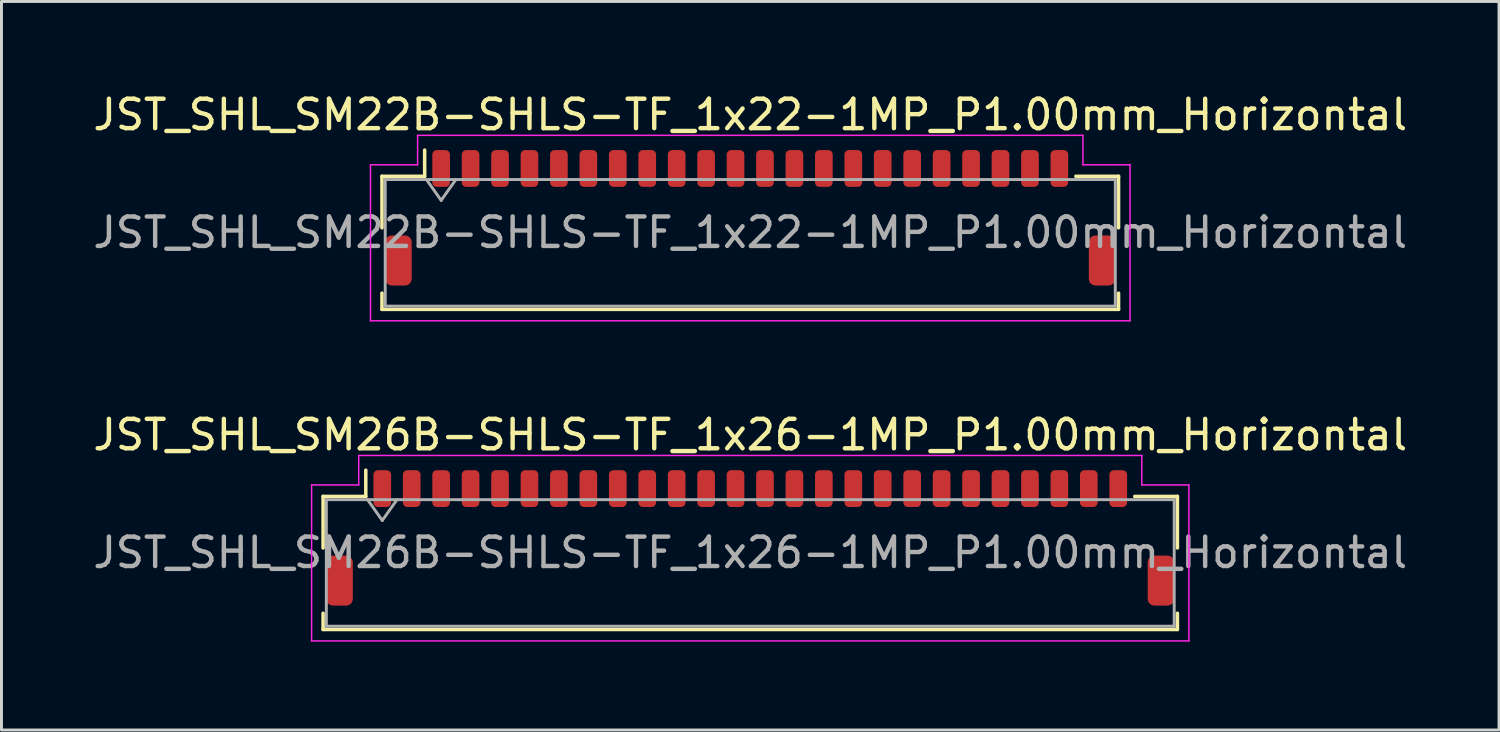
<source format=kicad_pcb>
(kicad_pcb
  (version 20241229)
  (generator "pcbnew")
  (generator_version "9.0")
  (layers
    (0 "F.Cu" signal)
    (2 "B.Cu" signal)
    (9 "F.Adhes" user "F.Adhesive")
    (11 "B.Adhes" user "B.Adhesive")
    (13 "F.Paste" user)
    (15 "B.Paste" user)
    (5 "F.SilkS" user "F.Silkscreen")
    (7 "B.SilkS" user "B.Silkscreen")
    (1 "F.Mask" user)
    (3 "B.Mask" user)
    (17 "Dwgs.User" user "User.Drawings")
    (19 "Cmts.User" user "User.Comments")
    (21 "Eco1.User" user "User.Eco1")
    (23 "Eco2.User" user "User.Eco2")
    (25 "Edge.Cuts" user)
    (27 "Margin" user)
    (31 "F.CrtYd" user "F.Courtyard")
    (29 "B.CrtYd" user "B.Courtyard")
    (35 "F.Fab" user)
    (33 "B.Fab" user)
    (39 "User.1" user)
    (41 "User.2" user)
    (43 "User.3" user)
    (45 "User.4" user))
  (footprint "JST_SHL_SM26B-SHLS-TF_1x26-1MP_P1.00mm_Horizontal"
    (layer "F.Cu")
    (at 22.435 15.222)
    (property "Reference" "JST_SHL_SM26B-SHLS-TF_1x26-1MP_P1.00mm_Horizontal" (at 0 -3.5 0) (layer "F.SilkS") (effects (font (size 1 1) (thickness 0.15))))
    (attr smd)
    (fp_line (start -14.51 -1.41) (end -13.06 -1.41) (stroke (width 0.12) (type solid)) (layer "F.SilkS"))
    (fp_line (start -14.51 0.34) (end -14.51 -1.41) (stroke (width 0.12) (type solid)) (layer "F.SilkS"))
    (fp_line (start -14.51 2.56) (end -14.51 3.11) (stroke (width 0.12) (type solid)) (layer "F.SilkS"))
    (fp_line (start -14.51 3.11) (end 14.51 3.11) (stroke (width 0.12) (type solid)) (layer "F.SilkS"))
    (fp_line (start -13.06 -1.41) (end -13.06 -2.3) (stroke (width 0.12) (type solid)) (layer "F.SilkS"))
    (fp_line (start 14.51 -1.41) (end 13.06 -1.41) (stroke (width 0.12) (type solid)) (layer "F.SilkS"))
    (fp_line (start 14.51 0.34) (end 14.51 -1.41) (stroke (width 0.12) (type solid)) (layer "F.SilkS"))
    (fp_line (start 14.51 3.11) (end 14.51 2.56) (stroke (width 0.12) (type solid)) (layer "F.SilkS"))
    (fp_line (start -14.9 -1.8) (end -13.3 -1.8) (stroke (width 0.05) (type solid)) (layer "F.CrtYd"))
    (fp_line (start -14.9 3.5) (end -14.9 -1.8) (stroke (width 0.05) (type solid)) (layer "F.CrtYd"))
    (fp_line (start -13.3 -2.8) (end 13.3 -2.8) (stroke (width 0.05) (type solid)) (layer "F.CrtYd"))
    (fp_line (start -13.3 -1.8) (end -13.3 -2.8) (stroke (width 0.05) (type solid)) (layer "F.CrtYd"))
    (fp_line (start 13.3 -2.8) (end 13.3 -1.8) (stroke (width 0.05) (type solid)) (layer "F.CrtYd"))
    (fp_line (start 13.3 -1.8) (end 14.9 -1.8) (stroke (width 0.05) (type solid)) (layer "F.CrtYd"))
    (fp_line (start 14.9 -1.8) (end 14.9 3.5) (stroke (width 0.05) (type solid)) (layer "F.CrtYd"))
    (fp_line (start 14.9 3.5) (end -14.9 3.5) (stroke (width 0.05) (type solid)) (layer "F.CrtYd"))
    (fp_line (start -14.4 -1.3) (end -14.4 3) (stroke (width 0.1) (type solid)) (layer "F.Fab"))
    (fp_line (start -14.4 -1.3) (end 14.4 -1.3) (stroke (width 0.1) (type solid)) (layer "F.Fab"))
    (fp_line (start -14.4 3) (end 14.4 3) (stroke (width 0.1) (type solid)) (layer "F.Fab"))
    (fp_line (start -13 -1.3) (end -12.5 -0.593) (stroke (width 0.1) (type solid)) (layer "F.Fab"))
    (fp_line (start -12.5 -0.593) (end -12 -1.3) (stroke (width 0.1) (type solid)) (layer "F.Fab"))
    (fp_line (start 14.4 -1.3) (end 14.4 3) (stroke (width 0.1) (type solid)) (layer "F.Fab"))
    (fp_text user "${REFERENCE}" (at 0 0.5 0) (layer "F.Fab") (effects (font (size 1 1) (thickness 0.15))))
    (pad "1" smd roundrect (at -12.5 -1.675) (size 0.6 1.25) (layers "F.Cu" "F.Mask" "F.Paste") (roundrect_rratio 0.25))
    (pad "2" smd roundrect (at -11.5 -1.675) (size 0.6 1.25) (layers "F.Cu" "F.Mask" "F.Paste") (roundrect_rratio 0.25))
    (pad "3" smd roundrect (at -10.5 -1.675) (size 0.6 1.25) (layers "F.Cu" "F.Mask" "F.Paste") (roundrect_rratio 0.25))
    (pad "4" smd roundrect (at -9.5 -1.675) (size 0.6 1.25) (layers "F.Cu" "F.Mask" "F.Paste") (roundrect_rratio 0.25))
    (pad "5" smd roundrect (at -8.5 -1.675) (size 0.6 1.25) (layers "F.Cu" "F.Mask" "F.Paste") (roundrect_rratio 0.25))
    (pad "6" smd roundrect (at -7.5 -1.675) (size 0.6 1.25) (layers "F.Cu" "F.Mask" "F.Paste") (roundrect_rratio 0.25))
    (pad "7" smd roundrect (at -6.5 -1.675) (size 0.6 1.25) (layers "F.Cu" "F.Mask" "F.Paste") (roundrect_rratio 0.25))
    (pad "8" smd roundrect (at -5.5 -1.675) (size 0.6 1.25) (layers "F.Cu" "F.Mask" "F.Paste") (roundrect_rratio 0.25))
    (pad "9" smd roundrect (at -4.5 -1.675) (size 0.6 1.25) (layers "F.Cu" "F.Mask" "F.Paste") (roundrect_rratio 0.25))
    (pad "10" smd roundrect (at -3.5 -1.675) (size 0.6 1.25) (layers "F.Cu" "F.Mask" "F.Paste") (roundrect_rratio 0.25))
    (pad "11" smd roundrect (at -2.5 -1.675) (size 0.6 1.25) (layers "F.Cu" "F.Mask" "F.Paste") (roundrect_rratio 0.25))
    (pad "12" smd roundrect (at -1.5 -1.675) (size 0.6 1.25) (layers "F.Cu" "F.Mask" "F.Paste") (roundrect_rratio 0.25))
    (pad "13" smd roundrect (at -0.5 -1.675) (size 0.6 1.25) (layers "F.Cu" "F.Mask" "F.Paste") (roundrect_rratio 0.25))
    (pad "14" smd roundrect (at 0.5 -1.675) (size 0.6 1.25) (layers "F.Cu" "F.Mask" "F.Paste") (roundrect_rratio 0.25))
    (pad "15" smd roundrect (at 1.5 -1.675) (size 0.6 1.25) (layers "F.Cu" "F.Mask" "F.Paste") (roundrect_rratio 0.25))
    (pad "16" smd roundrect (at 2.5 -1.675) (size 0.6 1.25) (layers "F.Cu" "F.Mask" "F.Paste") (roundrect_rratio 0.25))
    (pad "17" smd roundrect (at 3.5 -1.675) (size 0.6 1.25) (layers "F.Cu" "F.Mask" "F.Paste") (roundrect_rratio 0.25))
    (pad "18" smd roundrect (at 4.5 -1.675) (size 0.6 1.25) (layers "F.Cu" "F.Mask" "F.Paste") (roundrect_rratio 0.25))
    (pad "19" smd roundrect (at 5.5 -1.675) (size 0.6 1.25) (layers "F.Cu" "F.Mask" "F.Paste") (roundrect_rratio 0.25))
    (pad "20" smd roundrect (at 6.5 -1.675) (size 0.6 1.25) (layers "F.Cu" "F.Mask" "F.Paste") (roundrect_rratio 0.25))
    (pad "21" smd roundrect (at 7.5 -1.675) (size 0.6 1.25) (layers "F.Cu" "F.Mask" "F.Paste") (roundrect_rratio 0.25))
    (pad "22" smd roundrect (at 8.5 -1.675) (size 0.6 1.25) (layers "F.Cu" "F.Mask" "F.Paste") (roundrect_rratio 0.25))
    (pad "23" smd roundrect (at 9.5 -1.675) (size 0.6 1.25) (layers "F.Cu" "F.Mask" "F.Paste") (roundrect_rratio 0.25))
    (pad "24" smd roundrect (at 10.5 -1.675) (size 0.6 1.25) (layers "F.Cu" "F.Mask" "F.Paste") (roundrect_rratio 0.25))
    (pad "25" smd roundrect (at 11.5 -1.675) (size 0.6 1.25) (layers "F.Cu" "F.Mask" "F.Paste") (roundrect_rratio 0.25))
    (pad "26" smd roundrect (at 12.5 -1.675) (size 0.6 1.25) (layers "F.Cu" "F.Mask" "F.Paste") (roundrect_rratio 0.25))
    (pad "MP" smd roundrect (at -13.95 1.45) (size 0.9 1.7) (layers "F.Cu" "F.Mask" "F.Paste") (roundrect_rratio 0.25))
    (pad "MP" smd roundrect (at 13.95 1.45) (size 0.9 1.7) (layers "F.Cu" "F.Mask" "F.Paste") (roundrect_rratio 0.25)))
  (footprint "JST_SHL_SM22B-SHLS-TF_1x22-1MP_P1.00mm_Horizontal"
    (layer "F.Cu")
    (at 22.435 4.348)
    (property "Reference" "JST_SHL_SM22B-SHLS-TF_1x22-1MP_P1.00mm_Horizontal" (at 0 -3.5 0) (layer "F.SilkS") (effects (font (size 1 1) (thickness 0.15))))
    (attr smd)
    (fp_line (start -12.51 -1.41) (end -11.06 -1.41) (stroke (width 0.12) (type solid)) (layer "F.SilkS"))
    (fp_line (start -12.51 0.34) (end -12.51 -1.41) (stroke (width 0.12) (type solid)) (layer "F.SilkS"))
    (fp_line (start -12.51 2.56) (end -12.51 3.11) (stroke (width 0.12) (type solid)) (layer "F.SilkS"))
    (fp_line (start -12.51 3.11) (end 12.51 3.11) (stroke (width 0.12) (type solid)) (layer "F.SilkS"))
    (fp_line (start -11.06 -1.41) (end -11.06 -2.3) (stroke (width 0.12) (type solid)) (layer "F.SilkS"))
    (fp_line (start 12.51 -1.41) (end 11.06 -1.41) (stroke (width 0.12) (type solid)) (layer "F.SilkS"))
    (fp_line (start 12.51 0.34) (end 12.51 -1.41) (stroke (width 0.12) (type solid)) (layer "F.SilkS"))
    (fp_line (start 12.51 3.11) (end 12.51 2.56) (stroke (width 0.12) (type solid)) (layer "F.SilkS"))
    (fp_line (start -12.9 -1.8) (end -11.3 -1.8) (stroke (width 0.05) (type solid)) (layer "F.CrtYd"))
    (fp_line (start -12.9 3.5) (end -12.9 -1.8) (stroke (width 0.05) (type solid)) (layer "F.CrtYd"))
    (fp_line (start -11.3 -2.8) (end 11.3 -2.8) (stroke (width 0.05) (type solid)) (layer "F.CrtYd"))
    (fp_line (start -11.3 -1.8) (end -11.3 -2.8) (stroke (width 0.05) (type solid)) (layer "F.CrtYd"))
    (fp_line (start 11.3 -2.8) (end 11.3 -1.8) (stroke (width 0.05) (type solid)) (layer "F.CrtYd"))
    (fp_line (start 11.3 -1.8) (end 12.9 -1.8) (stroke (width 0.05) (type solid)) (layer "F.CrtYd"))
    (fp_line (start 12.9 -1.8) (end 12.9 3.5) (stroke (width 0.05) (type solid)) (layer "F.CrtYd"))
    (fp_line (start 12.9 3.5) (end -12.9 3.5) (stroke (width 0.05) (type solid)) (layer "F.CrtYd"))
    (fp_line (start -12.4 -1.3) (end -12.4 3) (stroke (width 0.1) (type solid)) (layer "F.Fab"))
    (fp_line (start -12.4 -1.3) (end 12.4 -1.3) (stroke (width 0.1) (type solid)) (layer "F.Fab"))
    (fp_line (start -12.4 3) (end 12.4 3) (stroke (width 0.1) (type solid)) (layer "F.Fab"))
    (fp_line (start -11 -1.3) (end -10.5 -0.593) (stroke (width 0.1) (type solid)) (layer "F.Fab"))
    (fp_line (start -10.5 -0.593) (end -10 -1.3) (stroke (width 0.1) (type solid)) (layer "F.Fab"))
    (fp_line (start 12.4 -1.3) (end 12.4 3) (stroke (width 0.1) (type solid)) (layer "F.Fab"))
    (fp_text user "${REFERENCE}" (at 0 0.5 0) (layer "F.Fab") (effects (font (size 1 1) (thickness 0.15))))
    (pad "1" smd roundrect (at -10.5 -1.675) (size 0.6 1.25) (layers "F.Cu" "F.Mask" "F.Paste") (roundrect_rratio 0.25))
    (pad "2" smd roundrect (at -9.5 -1.675) (size 0.6 1.25) (layers "F.Cu" "F.Mask" "F.Paste") (roundrect_rratio 0.25))
    (pad "3" smd roundrect (at -8.5 -1.675) (size 0.6 1.25) (layers "F.Cu" "F.Mask" "F.Paste") (roundrect_rratio 0.25))
    (pad "4" smd roundrect (at -7.5 -1.675) (size 0.6 1.25) (layers "F.Cu" "F.Mask" "F.Paste") (roundrect_rratio 0.25))
    (pad "5" smd roundrect (at -6.5 -1.675) (size 0.6 1.25) (layers "F.Cu" "F.Mask" "F.Paste") (roundrect_rratio 0.25))
    (pad "6" smd roundrect (at -5.5 -1.675) (size 0.6 1.25) (layers "F.Cu" "F.Mask" "F.Paste") (roundrect_rratio 0.25))
    (pad "7" smd roundrect (at -4.5 -1.675) (size 0.6 1.25) (layers "F.Cu" "F.Mask" "F.Paste") (roundrect_rratio 0.25))
    (pad "8" smd roundrect (at -3.5 -1.675) (size 0.6 1.25) (layers "F.Cu" "F.Mask" "F.Paste") (roundrect_rratio 0.25))
    (pad "9" smd roundrect (at -2.5 -1.675) (size 0.6 1.25) (layers "F.Cu" "F.Mask" "F.Paste") (roundrect_rratio 0.25))
    (pad "10" smd roundrect (at -1.5 -1.675) (size 0.6 1.25) (layers "F.Cu" "F.Mask" "F.Paste") (roundrect_rratio 0.25))
    (pad "11" smd roundrect (at -0.5 -1.675) (size 0.6 1.25) (layers "F.Cu" "F.Mask" "F.Paste") (roundrect_rratio 0.25))
    (pad "12" smd roundrect (at 0.5 -1.675) (size 0.6 1.25) (layers "F.Cu" "F.Mask" "F.Paste") (roundrect_rratio 0.25))
    (pad "13" smd roundrect (at 1.5 -1.675) (size 0.6 1.25) (layers "F.Cu" "F.Mask" "F.Paste") (roundrect_rratio 0.25))
    (pad "14" smd roundrect (at 2.5 -1.675) (size 0.6 1.25) (layers "F.Cu" "F.Mask" "F.Paste") (roundrect_rratio 0.25))
    (pad "15" smd roundrect (at 3.5 -1.675) (size 0.6 1.25) (layers "F.Cu" "F.Mask" "F.Paste") (roundrect_rratio 0.25))
    (pad "16" smd roundrect (at 4.5 -1.675) (size 0.6 1.25) (layers "F.Cu" "F.Mask" "F.Paste") (roundrect_rratio 0.25))
    (pad "17" smd roundrect (at 5.5 -1.675) (size 0.6 1.25) (layers "F.Cu" "F.Mask" "F.Paste") (roundrect_rratio 0.25))
    (pad "18" smd roundrect (at 6.5 -1.675) (size 0.6 1.25) (layers "F.Cu" "F.Mask" "F.Paste") (roundrect_rratio 0.25))
    (pad "19" smd roundrect (at 7.5 -1.675) (size 0.6 1.25) (layers "F.Cu" "F.Mask" "F.Paste") (roundrect_rratio 0.25))
    (pad "20" smd roundrect (at 8.5 -1.675) (size 0.6 1.25) (layers "F.Cu" "F.Mask" "F.Paste") (roundrect_rratio 0.25))
    (pad "21" smd roundrect (at 9.5 -1.675) (size 0.6 1.25) (layers "F.Cu" "F.Mask" "F.Paste") (roundrect_rratio 0.25))
    (pad "22" smd roundrect (at 10.5 -1.675) (size 0.6 1.25) (layers "F.Cu" "F.Mask" "F.Paste") (roundrect_rratio 0.25))
    (pad "MP" smd roundrect (at -11.95 1.45) (size 0.9 1.7) (layers "F.Cu" "F.Mask" "F.Paste") (roundrect_rratio 0.25))
    (pad "MP" smd roundrect (at 11.95 1.45) (size 0.9 1.7) (layers "F.Cu" "F.Mask" "F.Paste") (roundrect_rratio 0.25)))
  (gr_rect
    (start -3 -3)
    (end 47.869 21.747)
    (stroke (width 0.1) (type default))
    (fill no)
    (layer "Edge.Cuts")))
</source>
